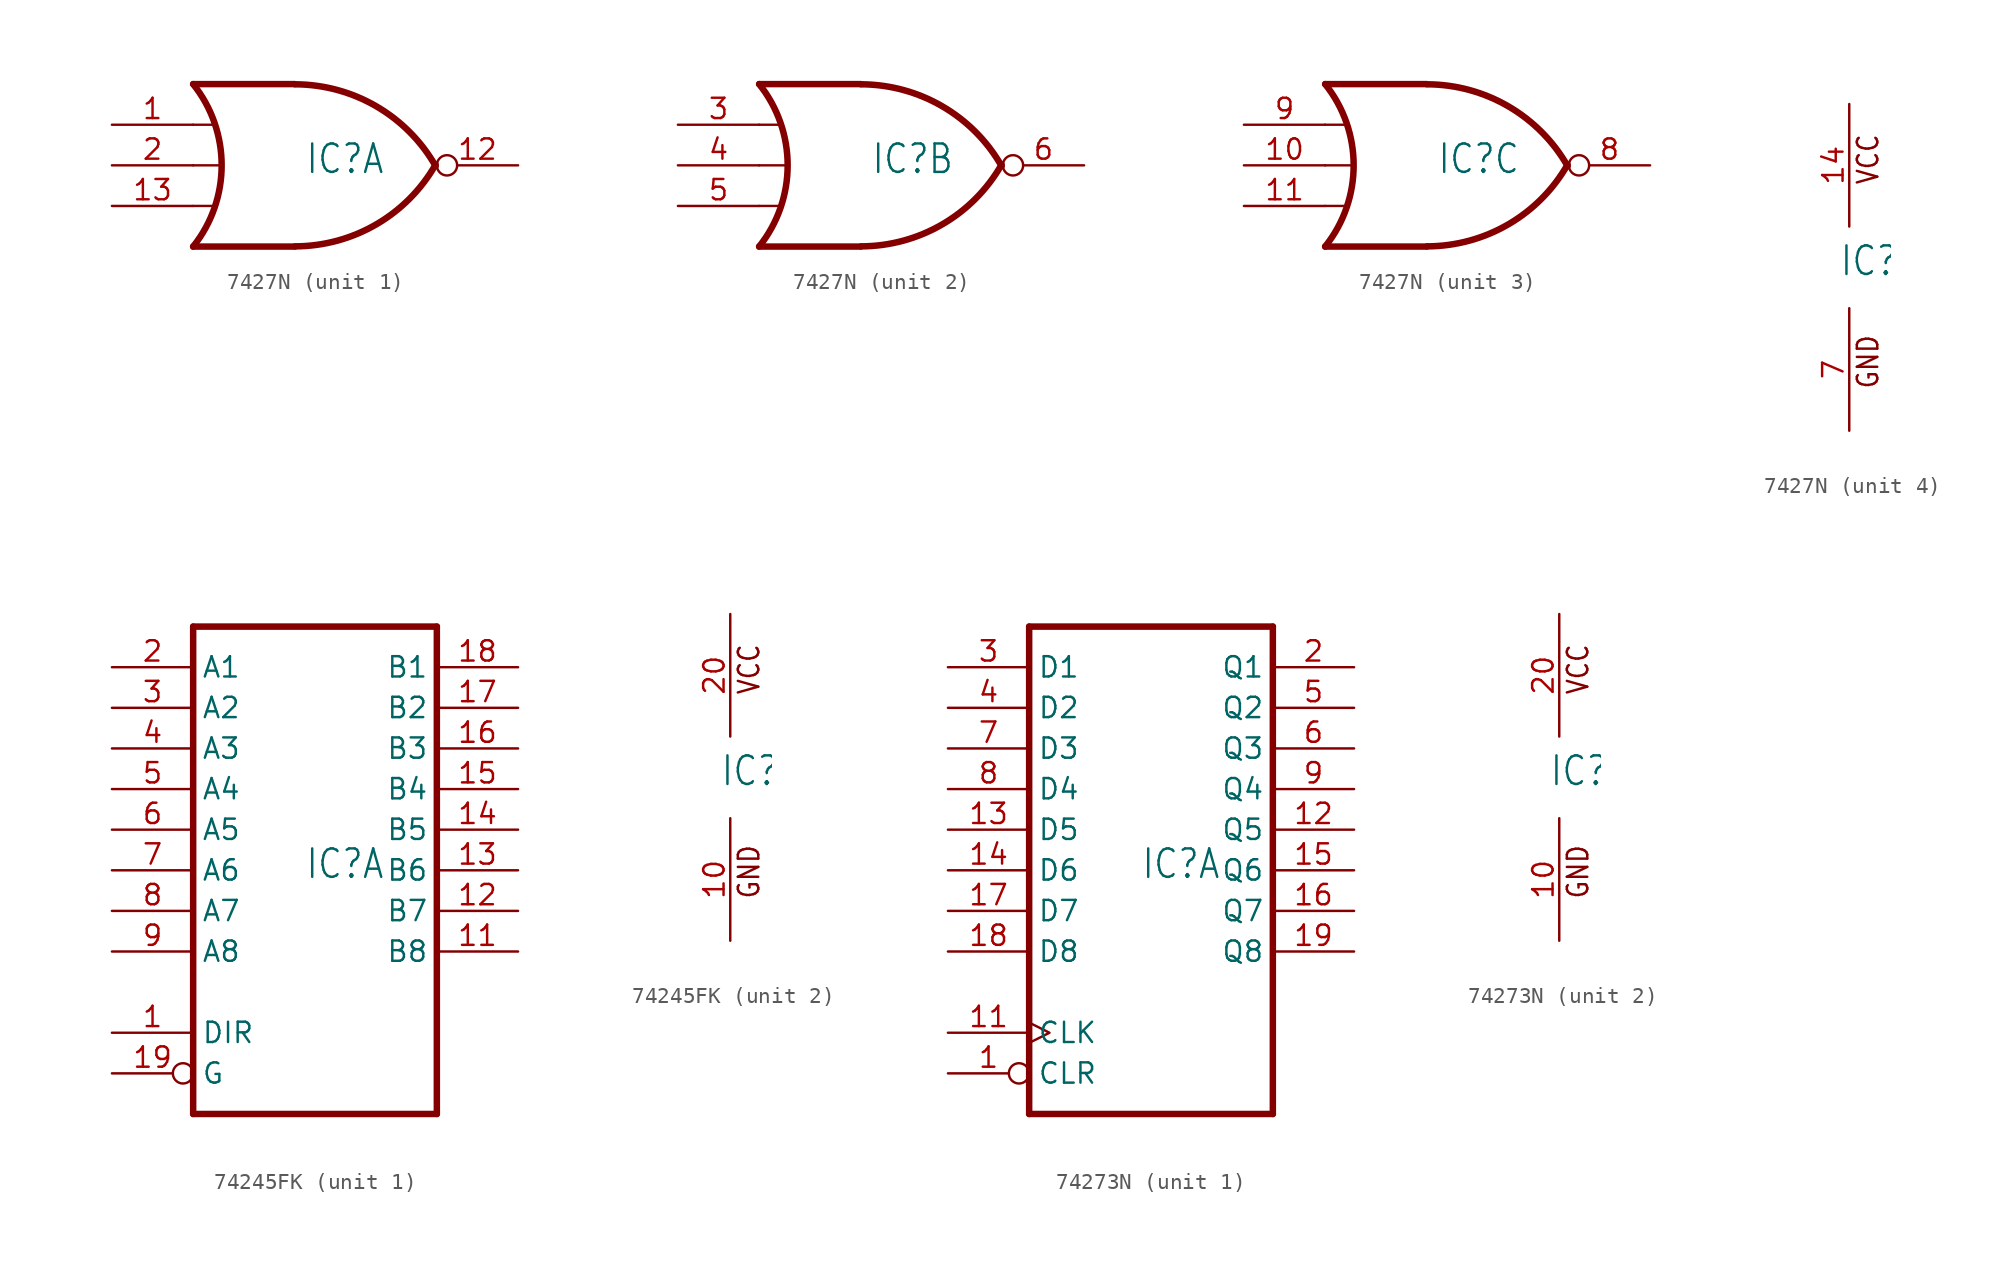
<source format=kicad_sym>
(kicad_symbol_lib
  (version 20220914)
  (generator kicad_symbol_editor)
  (symbol "7427N"
    (property "Reference" "IC"
      (at -0.635 -0.635 0)
      (effects (font (size 1.778 1.511)) (justify left bottom)))
    (property "ki_locked" ""
      (at 0 0 0)
      (effects (font (size 1.27 1.27))))
    (symbol "7427N_1_0"
      (arc (start -7.6199 -5.0799) (mid -5.838 0.0001) (end -7.62 5.08) (stroke (width 0.4064) (type solid)) (fill (type none)))
      (arc (start -1.2446 -5.0678) (mid 3.8371 -3.6891) (end 7.5439 0.0506) (stroke (width 0.4064) (type solid)) (fill (type none)))
      (polyline (pts (xy -7.62 -2.54) (xy -6.35 -2.54)) (stroke (width 0.152) (type solid)) (fill (type none)))
      (polyline (pts (xy -7.62 0) (xy -5.842 0)) (stroke (width 0.152) (type solid)) (fill (type none)))
      (polyline (pts (xy -7.62 2.54) (xy -6.35 2.54)) (stroke (width 0.152) (type solid)) (fill (type none)))
      (polyline (pts (xy -1.27 -5.08) (xy -7.62 -5.08)) (stroke (width 0.406) (type solid)) (fill (type none)))
      (polyline (pts (xy -1.27 5.08) (xy -7.62 5.08)) (stroke (width 0.406) (type solid)) (fill (type none)))
      (arc (start 7.5441 -0.0504) (mid 3.8372 3.6892) (end -1.2446 5.0678) (stroke (width 0.4064) (type solid)) (fill (type none)))
      (pin input line (at -12.7 2.54 0) (length 5.08) (name "I0" (effects (font (size 0 0)))) (number "1" (effects (font (size 1.27 1.27)))))
      (pin output inverted (at 12.7 0 180) (length 5.08) (name "O" (effects (font (size 0 0)))) (number "12" (effects (font (size 1.27 1.27)))))
      (pin input line (at -12.7 -2.54 0) (length 5.08) (name "I2" (effects (font (size 0 0)))) (number "13" (effects (font (size 1.27 1.27)))))
      (pin input line (at -12.7 0 0) (length 5.08) (name "I1" (effects (font (size 0 0)))) (number "2" (effects (font (size 1.27 1.27))))))
    (symbol "7427N_2_0"
      (arc (start -7.6199 -5.0799) (mid -5.838 0.0001) (end -7.62 5.08) (stroke (width 0.4064) (type solid)) (fill (type none)))
      (arc (start -1.2446 -5.0678) (mid 3.8371 -3.6891) (end 7.5439 0.0506) (stroke (width 0.4064) (type solid)) (fill (type none)))
      (polyline (pts (xy -7.62 -2.54) (xy -6.35 -2.54)) (stroke (width 0.152) (type solid)) (fill (type none)))
      (polyline (pts (xy -7.62 0) (xy -5.842 0)) (stroke (width 0.152) (type solid)) (fill (type none)))
      (polyline (pts (xy -7.62 2.54) (xy -6.35 2.54)) (stroke (width 0.152) (type solid)) (fill (type none)))
      (polyline (pts (xy -1.27 -5.08) (xy -7.62 -5.08)) (stroke (width 0.406) (type solid)) (fill (type none)))
      (polyline (pts (xy -1.27 5.08) (xy -7.62 5.08)) (stroke (width 0.406) (type solid)) (fill (type none)))
      (arc (start 7.5441 -0.0504) (mid 3.8372 3.6892) (end -1.2446 5.0678) (stroke (width 0.4064) (type solid)) (fill (type none)))
      (pin input line (at -12.7 2.54 0) (length 5.08) (name "I0" (effects (font (size 0 0)))) (number "3" (effects (font (size 1.27 1.27)))))
      (pin input line (at -12.7 0 0) (length 5.08) (name "I1" (effects (font (size 0 0)))) (number "4" (effects (font (size 1.27 1.27)))))
      (pin input line (at -12.7 -2.54 0) (length 5.08) (name "I2" (effects (font (size 0 0)))) (number "5" (effects (font (size 1.27 1.27)))))
      (pin output inverted (at 12.7 0 180) (length 5.08) (name "O" (effects (font (size 0 0)))) (number "6" (effects (font (size 1.27 1.27))))))
    (symbol "7427N_3_0"
      (arc (start -7.6199 -5.0799) (mid -5.838 0.0001) (end -7.62 5.08) (stroke (width 0.4064) (type solid)) (fill (type none)))
      (arc (start -1.2446 -5.0678) (mid 3.8371 -3.6891) (end 7.5439 0.0506) (stroke (width 0.4064) (type solid)) (fill (type none)))
      (polyline (pts (xy -7.62 -2.54) (xy -6.35 -2.54)) (stroke (width 0.152) (type solid)) (fill (type none)))
      (polyline (pts (xy -7.62 0) (xy -5.842 0)) (stroke (width 0.152) (type solid)) (fill (type none)))
      (polyline (pts (xy -7.62 2.54) (xy -6.35 2.54)) (stroke (width 0.152) (type solid)) (fill (type none)))
      (polyline (pts (xy -1.27 -5.08) (xy -7.62 -5.08)) (stroke (width 0.406) (type solid)) (fill (type none)))
      (polyline (pts (xy -1.27 5.08) (xy -7.62 5.08)) (stroke (width 0.406) (type solid)) (fill (type none)))
      (arc (start 7.5441 -0.0504) (mid 3.8372 3.6892) (end -1.2446 5.0678) (stroke (width 0.4064) (type solid)) (fill (type none)))
      (pin input line (at -12.7 0 0) (length 5.08) (name "I1" (effects (font (size 0 0)))) (number "10" (effects (font (size 1.27 1.27)))))
      (pin input line (at -12.7 -2.54 0) (length 5.08) (name "I2" (effects (font (size 0 0)))) (number "11" (effects (font (size 1.27 1.27)))))
      (pin output inverted (at 12.7 0 180) (length 5.08) (name "O" (effects (font (size 0 0)))) (number "8" (effects (font (size 1.27 1.27)))))
      (pin input line (at -12.7 2.54 0) (length 5.08) (name "I0" (effects (font (size 0 0)))) (number "9" (effects (font (size 1.27 1.27))))))
    (symbol "7427N_4_0"
      (text "GND" (at 1.905 -7.62 900) (effects (font (size 1.27 1.079)) (justify left bottom)))
      (text "VCC" (at 1.905 5.08 900) (effects (font (size 1.27 1.079)) (justify left bottom)))
      (pin power_in line (at 0 10.16 270) (length 7.62) (name "VCC" (effects (font (size 0 0)))) (number "14" (effects (font (size 1.27 1.27)))))
      (pin power_in line (at 0 -10.16 90) (length 7.62) (name "GND" (effects (font (size 0 0)))) (number "7" (effects (font (size 1.27 1.27)))))))
  (symbol "74245FK"
    (property "Reference" "IC"
      (at -0.635 -0.635 0)
      (effects (font (size 1.778 1.511)) (justify left bottom)))
    (property "ki_locked" ""
      (at 0 0 0)
      (effects (font (size 1.27 1.27))))
    (symbol "74245FK_1_0"
      (polyline (pts (xy -7.62 -15.24) (xy 7.62 -15.24)) (stroke (width 0.406) (type solid)) (fill (type none)))
      (polyline (pts (xy -7.62 15.24) (xy -7.62 -15.24)) (stroke (width 0.406) (type solid)) (fill (type none)))
      (polyline (pts (xy 7.62 -15.24) (xy 7.62 15.24)) (stroke (width 0.406) (type solid)) (fill (type none)))
      (polyline (pts (xy 7.62 15.24) (xy -7.62 15.24)) (stroke (width 0.406) (type solid)) (fill (type none)))
      (pin input line (at -12.7 -10.16 0) (length 5.08) (name "DIR" (effects (font (size 1.27 1.27)))) (number "1" (effects (font (size 1.27 1.27)))))
      (pin bidirectional line (at 12.7 -5.08 180) (length 5.08) (name "B8" (effects (font (size 1.27 1.27)))) (number "11" (effects (font (size 1.27 1.27)))))
      (pin bidirectional line (at 12.7 -2.54 180) (length 5.08) (name "B7" (effects (font (size 1.27 1.27)))) (number "12" (effects (font (size 1.27 1.27)))))
      (pin bidirectional line (at 12.7 0 180) (length 5.08) (name "B6" (effects (font (size 1.27 1.27)))) (number "13" (effects (font (size 1.27 1.27)))))
      (pin bidirectional line (at 12.7 2.54 180) (length 5.08) (name "B5" (effects (font (size 1.27 1.27)))) (number "14" (effects (font (size 1.27 1.27)))))
      (pin bidirectional line (at 12.7 5.08 180) (length 5.08) (name "B4" (effects (font (size 1.27 1.27)))) (number "15" (effects (font (size 1.27 1.27)))))
      (pin bidirectional line (at 12.7 7.62 180) (length 5.08) (name "B3" (effects (font (size 1.27 1.27)))) (number "16" (effects (font (size 1.27 1.27)))))
      (pin bidirectional line (at 12.7 10.16 180) (length 5.08) (name "B2" (effects (font (size 1.27 1.27)))) (number "17" (effects (font (size 1.27 1.27)))))
      (pin bidirectional line (at 12.7 12.7 180) (length 5.08) (name "B1" (effects (font (size 1.27 1.27)))) (number "18" (effects (font (size 1.27 1.27)))))
      (pin input inverted (at -12.7 -12.7 0) (length 5.08) (name "G" (effects (font (size 1.27 1.27)))) (number "19" (effects (font (size 1.27 1.27)))))
      (pin bidirectional line (at -12.7 12.7 0) (length 5.08) (name "A1" (effects (font (size 1.27 1.27)))) (number "2" (effects (font (size 1.27 1.27)))))
      (pin bidirectional line (at -12.7 10.16 0) (length 5.08) (name "A2" (effects (font (size 1.27 1.27)))) (number "3" (effects (font (size 1.27 1.27)))))
      (pin bidirectional line (at -12.7 7.62 0) (length 5.08) (name "A3" (effects (font (size 1.27 1.27)))) (number "4" (effects (font (size 1.27 1.27)))))
      (pin bidirectional line (at -12.7 5.08 0) (length 5.08) (name "A4" (effects (font (size 1.27 1.27)))) (number "5" (effects (font (size 1.27 1.27)))))
      (pin bidirectional line (at -12.7 2.54 0) (length 5.08) (name "A5" (effects (font (size 1.27 1.27)))) (number "6" (effects (font (size 1.27 1.27)))))
      (pin bidirectional line (at -12.7 0 0) (length 5.08) (name "A6" (effects (font (size 1.27 1.27)))) (number "7" (effects (font (size 1.27 1.27)))))
      (pin bidirectional line (at -12.7 -2.54 0) (length 5.08) (name "A7" (effects (font (size 1.27 1.27)))) (number "8" (effects (font (size 1.27 1.27)))))
      (pin bidirectional line (at -12.7 -5.08 0) (length 5.08) (name "A8" (effects (font (size 1.27 1.27)))) (number "9" (effects (font (size 1.27 1.27))))))
    (symbol "74245FK_2_0"
      (text "GND" (at 1.905 -7.62 900) (effects (font (size 1.27 1.079)) (justify left bottom)))
      (text "VCC" (at 1.905 5.08 900) (effects (font (size 1.27 1.079)) (justify left bottom)))
      (pin power_in line (at 0 -10.16 90) (length 7.62) (name "GND" (effects (font (size 0 0)))) (number "10" (effects (font (size 1.27 1.27)))))
      (pin power_in line (at 0 10.16 270) (length 7.62) (name "VCC" (effects (font (size 0 0)))) (number "20" (effects (font (size 1.27 1.27)))))))
  (symbol "74273N"
    (property "Reference" "IC"
      (at -0.635 -0.635 0)
      (effects (font (size 1.778 1.511)) (justify left bottom)))
    (property "ki_locked" ""
      (at 0 0 0)
      (effects (font (size 1.27 1.27))))
    (symbol "74273N_1_0"
      (polyline (pts (xy -7.62 -15.24) (xy 7.62 -15.24)) (stroke (width 0.406) (type solid)) (fill (type none)))
      (polyline (pts (xy -7.62 15.24) (xy -7.62 -15.24)) (stroke (width 0.406) (type solid)) (fill (type none)))
      (polyline (pts (xy 7.62 -15.24) (xy 7.62 15.24)) (stroke (width 0.406) (type solid)) (fill (type none)))
      (polyline (pts (xy 7.62 15.24) (xy -7.62 15.24)) (stroke (width 0.406) (type solid)) (fill (type none)))
      (pin input inverted (at -12.7 -12.7 0) (length 5.08) (name "CLR" (effects (font (size 1.27 1.27)))) (number "1" (effects (font (size 1.27 1.27)))))
      (pin input clock (at -12.7 -10.16 0) (length 5.08) (name "CLK" (effects (font (size 1.27 1.27)))) (number "11" (effects (font (size 1.27 1.27)))))
      (pin output line (at 12.7 2.54 180) (length 5.08) (name "Q5" (effects (font (size 1.27 1.27)))) (number "12" (effects (font (size 1.27 1.27)))))
      (pin input line (at -12.7 2.54 0) (length 5.08) (name "D5" (effects (font (size 1.27 1.27)))) (number "13" (effects (font (size 1.27 1.27)))))
      (pin input line (at -12.7 0 0) (length 5.08) (name "D6" (effects (font (size 1.27 1.27)))) (number "14" (effects (font (size 1.27 1.27)))))
      (pin output line (at 12.7 0 180) (length 5.08) (name "Q6" (effects (font (size 1.27 1.27)))) (number "15" (effects (font (size 1.27 1.27)))))
      (pin output line (at 12.7 -2.54 180) (length 5.08) (name "Q7" (effects (font (size 1.27 1.27)))) (number "16" (effects (font (size 1.27 1.27)))))
      (pin input line (at -12.7 -2.54 0) (length 5.08) (name "D7" (effects (font (size 1.27 1.27)))) (number "17" (effects (font (size 1.27 1.27)))))
      (pin input line (at -12.7 -5.08 0) (length 5.08) (name "D8" (effects (font (size 1.27 1.27)))) (number "18" (effects (font (size 1.27 1.27)))))
      (pin output line (at 12.7 -5.08 180) (length 5.08) (name "Q8" (effects (font (size 1.27 1.27)))) (number "19" (effects (font (size 1.27 1.27)))))
      (pin output line (at 12.7 12.7 180) (length 5.08) (name "Q1" (effects (font (size 1.27 1.27)))) (number "2" (effects (font (size 1.27 1.27)))))
      (pin input line (at -12.7 12.7 0) (length 5.08) (name "D1" (effects (font (size 1.27 1.27)))) (number "3" (effects (font (size 1.27 1.27)))))
      (pin input line (at -12.7 10.16 0) (length 5.08) (name "D2" (effects (font (size 1.27 1.27)))) (number "4" (effects (font (size 1.27 1.27)))))
      (pin output line (at 12.7 10.16 180) (length 5.08) (name "Q2" (effects (font (size 1.27 1.27)))) (number "5" (effects (font (size 1.27 1.27)))))
      (pin output line (at 12.7 7.62 180) (length 5.08) (name "Q3" (effects (font (size 1.27 1.27)))) (number "6" (effects (font (size 1.27 1.27)))))
      (pin input line (at -12.7 7.62 0) (length 5.08) (name "D3" (effects (font (size 1.27 1.27)))) (number "7" (effects (font (size 1.27 1.27)))))
      (pin input line (at -12.7 5.08 0) (length 5.08) (name "D4" (effects (font (size 1.27 1.27)))) (number "8" (effects (font (size 1.27 1.27)))))
      (pin output line (at 12.7 5.08 180) (length 5.08) (name "Q4" (effects (font (size 1.27 1.27)))) (number "9" (effects (font (size 1.27 1.27))))))
    (symbol "74273N_2_0"
      (text "GND" (at 1.905 -7.62 900) (effects (font (size 1.27 1.079)) (justify left bottom)))
      (text "VCC" (at 1.905 5.08 900) (effects (font (size 1.27 1.079)) (justify left bottom)))
      (pin power_in line (at 0 -10.16 90) (length 7.62) (name "GND" (effects (font (size 0 0)))) (number "10" (effects (font (size 1.27 1.27)))))
      (pin power_in line (at 0 10.16 270) (length 7.62) (name "VCC" (effects (font (size 0 0)))) (number "20" (effects (font (size 1.27 1.27))))))))
</source>
